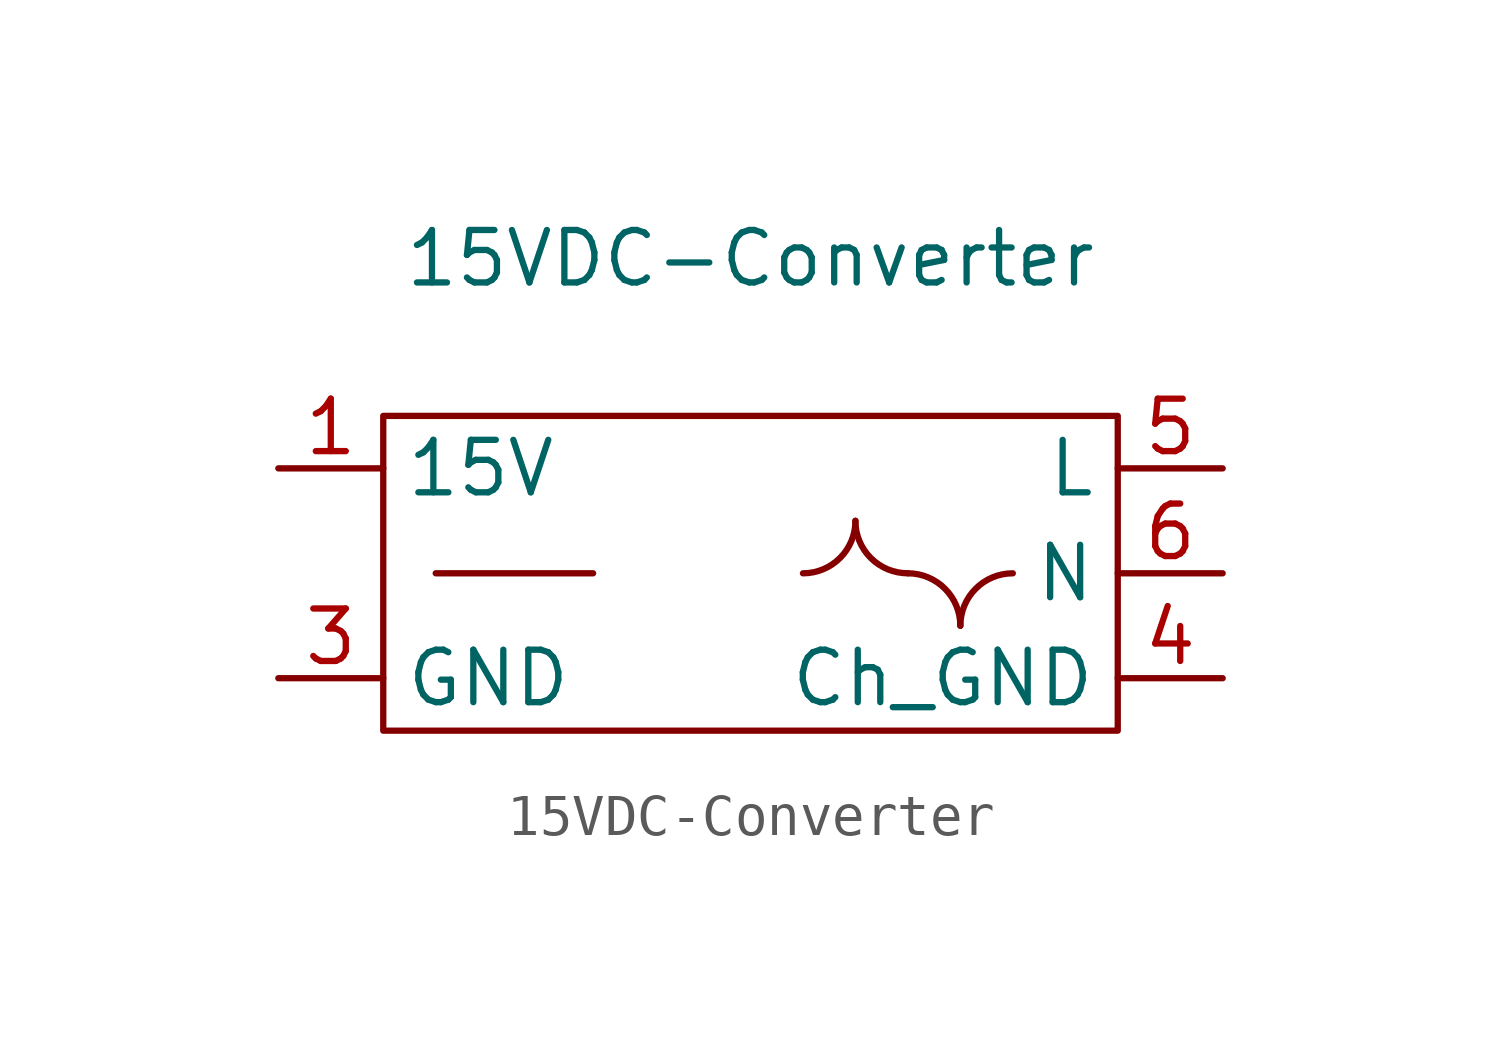
<source format=kicad_sym>
(kicad_symbol_lib
  (version 20211014)
  (generator kicad_symbol_editor)
  (symbol "15VDC-Converter"
    (property "Reference" "U?"
      (at 0 0 0)
      (effects (font (size 1.27 1.27)) hide))
    (property "Value" "15VDC-Converter"
      (at 0 7.62 0)
      (effects (font (size 1.27 1.27))))
    (symbol "15VDC-Converter_0_1"
      (rectangle (start -8.89 3.81) (end 8.89 -3.81) (stroke (width 0) (type default) (color 0 0 0 0)) (fill (type none)))
      (polyline (pts (xy -7.62 0) (xy -3.81 0)) (stroke (width 0) (type default) (color 0 0 0 0)) (fill (type none)))
      (arc (start 1.27 0) (mid 3.438 -0.898) (end 2.54 1.27) (stroke (width 0) (type default) (color 0 0 0 0)) (fill (type none)))
      (arc (start 2.54 1.27) (mid 1.642 -0.898) (end 3.81 0) (stroke (width 0) (type default) (color 0 0 0 0)) (fill (type none)))
      (arc (start 5.08 -1.27) (mid 5.978 0.898) (end 3.81 0) (stroke (width 0) (type default) (color 0 0 0 0)) (fill (type none)))
      (arc (start 6.35 0) (mid 4.182 0.898) (end 5.08 -1.27) (stroke (width 0) (type default) (color 0 0 0 0)) (fill (type none))))
    (symbol "15VDC-Converter_1_1"
      (pin input line (at -11.43 2.54 0) (length 2.54) (name "15V" (effects (font (size 1.27 1.27)))) (number "1" (effects (font (size 1.27 1.27)))))
      (pin input line (at -11.43 -2.54 0) (length 2.54) (name "GND" (effects (font (size 1.27 1.27)))) (number "3" (effects (font (size 1.27 1.27)))))
      (pin input line (at 11.43 -2.54 180) (length 2.54) (name "Ch_GND" (effects (font (size 1.27 1.27)))) (number "4" (effects (font (size 1.27 1.27)))))
      (pin input line (at 11.43 2.54 180) (length 2.54) (name "L" (effects (font (size 1.27 1.27)))) (number "5" (effects (font (size 1.27 1.27)))))
      (pin input line (at 11.43 0 180) (length 2.54) (name "N" (effects (font (size 1.27 1.27)))) (number "6" (effects (font (size 1.27 1.27))))))))
</source>
